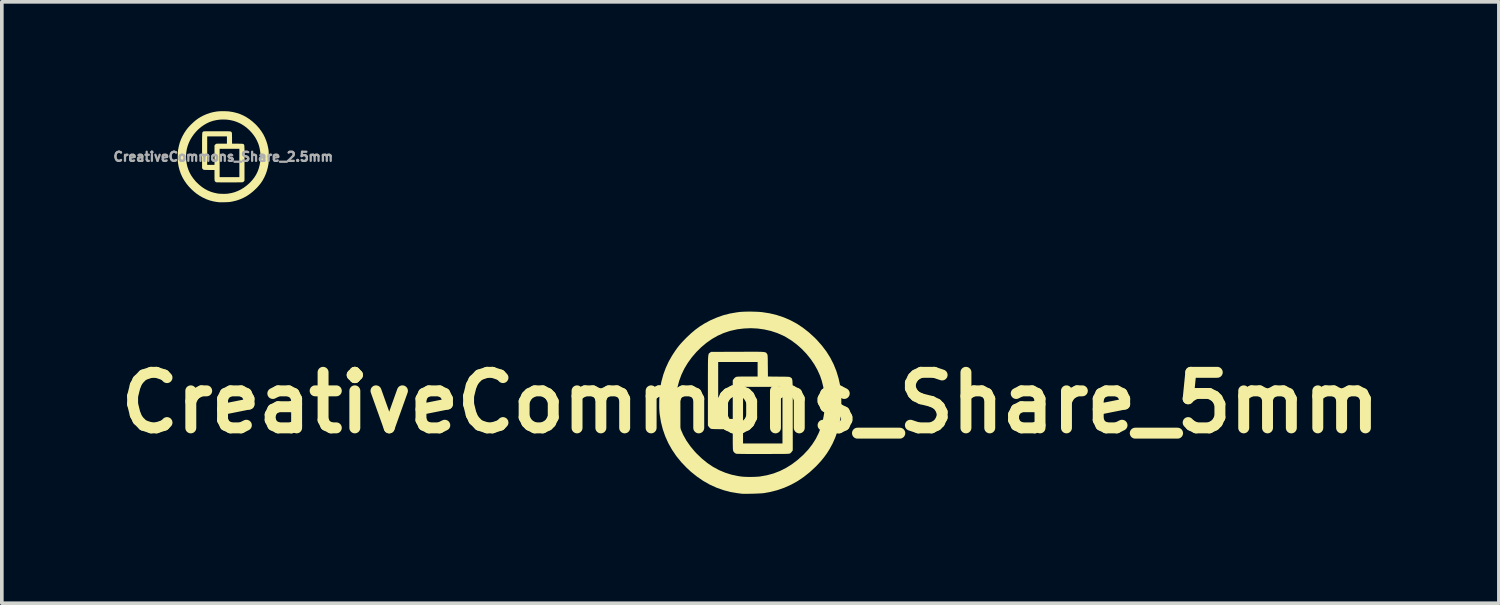
<source format=kicad_pcb>
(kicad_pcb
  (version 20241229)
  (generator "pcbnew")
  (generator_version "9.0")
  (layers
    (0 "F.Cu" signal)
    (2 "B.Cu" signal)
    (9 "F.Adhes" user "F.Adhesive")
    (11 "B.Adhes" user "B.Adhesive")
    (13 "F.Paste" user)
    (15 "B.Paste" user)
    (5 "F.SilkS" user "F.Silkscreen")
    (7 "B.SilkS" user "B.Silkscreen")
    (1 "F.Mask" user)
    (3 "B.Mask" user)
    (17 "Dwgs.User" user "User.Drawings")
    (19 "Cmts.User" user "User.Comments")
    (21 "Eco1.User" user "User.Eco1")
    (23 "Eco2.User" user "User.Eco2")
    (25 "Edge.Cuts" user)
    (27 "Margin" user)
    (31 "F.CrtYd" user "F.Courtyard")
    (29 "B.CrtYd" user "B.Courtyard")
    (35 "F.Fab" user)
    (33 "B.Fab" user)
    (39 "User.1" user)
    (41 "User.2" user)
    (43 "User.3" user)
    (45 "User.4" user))
  (footprint "CreativeCommons_Share_5mm"
    (layer "F.Cu")
    (at 17.533 7.998)
    (property "Reference" "CreativeCommons_Share_5mm" (at 0 0 0) (layer "F.SilkS") (effects (font (size 1.524 1.524) (thickness 0.3))))
    (attr board_only exclude_from_pos_files exclude_from_bom)
    (fp_poly (pts (xy 0.094 -1.399) (xy 0.169 -1.399) (xy 0.232 -1.398) (xy 0.284 -1.397) (xy 0.326 -1.395) (xy 0.359 -1.392) (xy 0.385 -1.389) (xy 0.405 -1.385) (xy 0.419 -1.38) (xy 0.43 -1.374) (xy 0.439 -1.367) (xy 0.445 -1.359) (xy 0.452 -1.349) (xy 0.457 -1.342) (xy 0.463 -1.334) (xy 0.467 -1.325) (xy 0.471 -1.313) (xy 0.473 -1.297) (xy 0.475 -1.274) (xy 0.477 -1.242) (xy 0.478 -1.199) (xy 0.479 -1.144) (xy 0.479 -1.073) (xy 0.48 -1.016) (xy 0.483 -0.719) (xy 0.78 -0.716) (xy 0.861 -0.716) (xy 0.927 -0.715) (xy 0.978 -0.714) (xy 1.017 -0.713) (xy 1.045 -0.711) (xy 1.066 -0.709) (xy 1.081 -0.706) (xy 1.092 -0.702) (xy 1.1 -0.697) (xy 1.106 -0.693) (xy 1.115 -0.687) (xy 1.123 -0.682) (xy 1.13 -0.676) (xy 1.136 -0.669) (xy 1.142 -0.659) (xy 1.146 -0.646) (xy 1.15 -0.629) (xy 1.154 -0.606) (xy 1.156 -0.576) (xy 1.158 -0.539) (xy 1.16 -0.494) (xy 1.161 -0.438) (xy 1.162 -0.372) (xy 1.163 -0.295) (xy 1.163 -0.204) (xy 1.164 -0.1) (xy 1.164 0.019) (xy 1.164 0.154) (xy 1.164 0.306) (xy 1.164 0.348) (xy 1.164 1.306) (xy 1.143 1.336) (xy 1.122 1.362) (xy 1.099 1.384) (xy 1.097 1.386) (xy 1.092 1.389) (xy 1.086 1.392) (xy 1.079 1.395) (xy 1.068 1.397) (xy 1.053 1.399) (xy 1.032 1.4) (xy 1.005 1.402) (xy 0.969 1.403) (xy 0.924 1.404) (xy 0.869 1.404) (xy 0.802 1.405) (xy 0.721 1.405) (xy 0.627 1.405) (xy 0.517 1.406) (xy 0.391 1.406) (xy 0.356 1.406) (xy 0.243 1.406) (xy 0.135 1.406) (xy 0.033 1.406) (xy -0.061 1.406) (xy -0.146 1.405) (xy -0.221 1.404) (xy -0.283 1.403) (xy -0.332 1.402) (xy -0.366 1.401) (xy -0.384 1.4) (xy -0.385 1.4) (xy -0.411 1.388) (xy -0.434 1.371) (xy -0.447 1.358) (xy -0.457 1.346) (xy -0.465 1.332) (xy -0.471 1.315) (xy -0.476 1.291) (xy -0.479 1.26) (xy -0.48 1.218) (xy -0.481 1.164) (xy -0.482 1.118) (xy -0.2 1.118) (xy 0.882 1.118) (xy 0.882 -0.436) (xy -0.2 -0.436) (xy -0.2 1.118) (xy -0.482 1.118) (xy -0.482 1.097) (xy -0.482 1.015) (xy -0.482 0.729) (xy -0.777 0.726) (xy -0.858 0.725) (xy -0.923 0.724) (xy -0.974 0.723) (xy -1.012 0.722) (xy -1.041 0.72) (xy -1.061 0.718) (xy -1.076 0.715) (xy -1.086 0.711) (xy -1.094 0.706) (xy -1.097 0.704) (xy -1.12 0.683) (xy -1.141 0.657) (xy -1.143 0.655) (xy -1.164 0.625) (xy -1.164 0.445) (xy -0.882 0.445) (xy -0.482 0.445) (xy -0.482 -0.615) (xy -0.461 -0.646) (xy -0.439 -0.673) (xy -0.412 -0.696) (xy -0.41 -0.698) (xy -0.401 -0.703) (xy -0.392 -0.708) (xy -0.38 -0.711) (xy -0.364 -0.714) (xy -0.341 -0.716) (xy -0.31 -0.717) (xy -0.268 -0.718) (xy -0.213 -0.718) (xy -0.144 -0.718) (xy -0.09 -0.718) (xy 0.2 -0.718) (xy 0.2 -1.118) (xy -0.882 -1.118) (xy -0.882 0.445) (xy -1.164 0.445) (xy -1.164 -0.334) (xy -1.164 -0.49) (xy -1.164 -0.63) (xy -1.164 -0.753) (xy -1.163 -0.86) (xy -1.163 -0.954) (xy -1.163 -1.035) (xy -1.162 -1.104) (xy -1.161 -1.162) (xy -1.159 -1.21) (xy -1.157 -1.249) (xy -1.154 -1.281) (xy -1.151 -1.305) (xy -1.147 -1.324) (xy -1.143 -1.338) (xy -1.138 -1.349) (xy -1.132 -1.356) (xy -1.125 -1.362) (xy -1.117 -1.368) (xy -1.108 -1.373) (xy -1.106 -1.375) (xy -1.077 -1.395) (xy -0.352 -1.398) (xy -0.216 -1.398) (xy -0.097 -1.399) (xy 0.006 -1.399)) (stroke (width 0) (type solid)) (fill yes) (layer "F.SilkS"))
    (fp_poly (pts (xy 0.017 -2.5) (xy 0.104 -2.498) (xy 0.186 -2.495) (xy 0.259 -2.491) (xy 0.318 -2.486) (xy 0.526 -2.454) (xy 0.725 -2.406) (xy 0.915 -2.343) (xy 1.098 -2.264) (xy 1.275 -2.169) (xy 1.444 -2.057) (xy 1.609 -1.928) (xy 1.768 -1.782) (xy 1.824 -1.725) (xy 1.963 -1.568) (xy 2.087 -1.405) (xy 2.194 -1.234) (xy 2.285 -1.055) (xy 2.361 -0.867) (xy 2.421 -0.669) (xy 2.467 -0.461) (xy 2.484 -0.359) (xy 2.488 -0.314) (xy 2.492 -0.255) (xy 2.494 -0.183) (xy 2.496 -0.104) (xy 2.496 -0.02) (xy 2.496 0.065) (xy 2.494 0.149) (xy 2.492 0.227) (xy 2.488 0.296) (xy 2.484 0.354) (xy 2.479 0.391) (xy 2.441 0.59) (xy 2.392 0.776) (xy 2.331 0.951) (xy 2.257 1.119) (xy 2.174 1.271) (xy 2.104 1.383) (xy 2.028 1.488) (xy 1.945 1.591) (xy 1.85 1.695) (xy 1.792 1.755) (xy 1.631 1.904) (xy 1.465 2.036) (xy 1.293 2.152) (xy 1.114 2.25) (xy 0.928 2.333) (xy 0.734 2.4) (xy 0.531 2.451) (xy 0.38 2.478) (xy 0.349 2.482) (xy 0.305 2.485) (xy 0.25 2.488) (xy 0.186 2.491) (xy 0.118 2.494) (xy 0.048 2.496) (xy -0.021 2.497) (xy -0.087 2.498) (xy -0.145 2.498) (xy -0.193 2.498) (xy -0.229 2.496) (xy -0.245 2.495) (xy -0.265 2.492) (xy -0.296 2.488) (xy -0.335 2.483) (xy -0.35 2.481) (xy -0.547 2.448) (xy -0.74 2.397) (xy -0.93 2.329) (xy -1.114 2.245) (xy -1.293 2.143) (xy -1.465 2.025) (xy -1.631 1.892) (xy -1.744 1.787) (xy -1.896 1.628) (xy -2.031 1.462) (xy -2.148 1.289) (xy -2.249 1.11) (xy -2.333 0.924) (xy -2.4 0.732) (xy -2.451 0.532) (xy -2.485 0.325) (xy -2.491 0.27) (xy -2.495 0.217) (xy -2.498 0.15) (xy -2.499 0.075) (xy -2.498 -0.007) (xy -2.498 -0.043) (xy -2.044 -0.043) (xy -2.039 0.144) (xy -2.037 0.168) (xy -2.012 0.358) (xy -1.972 0.54) (xy -1.915 0.714) (xy -1.842 0.881) (xy -1.752 1.041) (xy -1.645 1.194) (xy -1.521 1.343) (xy -1.474 1.393) (xy -1.329 1.532) (xy -1.179 1.654) (xy -1.024 1.758) (xy -0.862 1.846) (xy -0.694 1.917) (xy -0.518 1.973) (xy -0.334 2.012) (xy -0.266 2.022) (xy -0.205 2.029) (xy -0.132 2.033) (xy -0.05 2.035) (xy 0.035 2.035) (xy 0.118 2.033) (xy 0.195 2.029) (xy 0.26 2.024) (xy 0.27 2.022) (xy 0.457 1.989) (xy 0.637 1.94) (xy 0.811 1.873) (xy 0.978 1.789) (xy 1.14 1.688) (xy 1.296 1.57) (xy 1.447 1.435) (xy 1.464 1.418) (xy 1.591 1.282) (xy 1.7 1.141) (xy 1.794 0.994) (xy 1.872 0.839) (xy 1.936 0.676) (xy 1.94 0.664) (xy 1.989 0.488) (xy 2.022 0.307) (xy 2.041 0.123) (xy 2.043 -0.063) (xy 2.031 -0.247) (xy 2.003 -0.427) (xy 1.96 -0.602) (xy 1.913 -0.74) (xy 1.842 -0.898) (xy 1.755 -1.053) (xy 1.653 -1.202) (xy 1.538 -1.344) (xy 1.412 -1.476) (xy 1.275 -1.597) (xy 1.13 -1.706) (xy 0.978 -1.8) (xy 0.905 -1.839) (xy 0.738 -1.912) (xy 0.564 -1.969) (xy 0.384 -2.01) (xy 0.2 -2.036) (xy 0.013 -2.045) (xy -0.174 -2.037) (xy -0.361 -2.014) (xy -0.545 -1.973) (xy -0.567 -1.967) (xy -0.734 -1.911) (xy -0.897 -1.838) (xy -1.054 -1.748) (xy -1.204 -1.643) (xy -1.347 -1.523) (xy -1.482 -1.389) (xy -1.608 -1.242) (xy -1.715 -1.094) (xy -1.811 -0.935) (xy -1.891 -0.767) (xy -1.954 -0.593) (xy -2.001 -0.413) (xy -2.031 -0.23) (xy -2.044 -0.043) (xy -2.498 -0.043) (xy -2.497 -0.09) (xy -2.494 -0.171) (xy -2.491 -0.247) (xy -2.486 -0.314) (xy -2.481 -0.367) (xy -2.478 -0.385) (xy -2.438 -0.586) (xy -2.386 -0.775) (xy -2.32 -0.955) (xy -2.241 -1.127) (xy -2.146 -1.294) (xy -2.1 -1.365) (xy -2.05 -1.44) (xy -2.003 -1.505) (xy -1.956 -1.565) (xy -1.906 -1.624) (xy -1.85 -1.685) (xy -1.785 -1.752) (xy -1.751 -1.787) (xy -1.628 -1.903) (xy -1.508 -2.004) (xy -1.385 -2.094) (xy -1.257 -2.174) (xy -1.119 -2.249) (xy -1.086 -2.265) (xy -0.913 -2.34) (xy -0.74 -2.401) (xy -0.561 -2.447) (xy -0.375 -2.479) (xy -0.282 -2.491) (xy -0.223 -2.495) (xy -0.151 -2.498) (xy -0.069 -2.5)) (stroke (width 0) (type solid)) (fill yes) (layer "F.SilkS")))
  (footprint "CreativeCommons_Share_2.5mm"
    (layer "F.Cu")
    (at 3.075 1.25)
    (property "Reference" "CreativeCommons_Share_2.5mm" (at 0 0 0) (layer "F.Fab") (effects (font (size 0.25 0.25) (thickness 0.3))))
    (attr board_only exclude_from_pos_files exclude_from_bom)
    (fp_poly (pts (xy 0.047 -0.699) (xy 0.085 -0.699) (xy 0.116 -0.699) (xy 0.142 -0.698) (xy 0.163 -0.697) (xy 0.179 -0.696) (xy 0.192 -0.694) (xy 0.202 -0.692) (xy 0.21 -0.69) (xy 0.215 -0.687) (xy 0.219 -0.683) (xy 0.223 -0.679) (xy 0.226 -0.675) (xy 0.228 -0.671) (xy 0.231 -0.667) (xy 0.234 -0.662) (xy 0.235 -0.657) (xy 0.237 -0.648) (xy 0.238 -0.637) (xy 0.238 -0.621) (xy 0.239 -0.6) (xy 0.239 -0.572) (xy 0.24 -0.537) (xy 0.24 -0.508) (xy 0.241 -0.359) (xy 0.39 -0.358) (xy 0.431 -0.358) (xy 0.463 -0.357) (xy 0.489 -0.357) (xy 0.508 -0.356) (xy 0.523 -0.355) (xy 0.533 -0.354) (xy 0.54 -0.353) (xy 0.546 -0.351) (xy 0.55 -0.349) (xy 0.553 -0.347) (xy 0.557 -0.344) (xy 0.561 -0.341) (xy 0.565 -0.338) (xy 0.568 -0.334) (xy 0.571 -0.33) (xy 0.573 -0.323) (xy 0.575 -0.314) (xy 0.577 -0.303) (xy 0.578 -0.288) (xy 0.579 -0.27) (xy 0.58 -0.247) (xy 0.581 -0.219) (xy 0.581 -0.186) (xy 0.582 -0.147) (xy 0.582 -0.102) (xy 0.582 -0.05) (xy 0.582 0.01) (xy 0.582 0.077) (xy 0.582 0.153) (xy 0.582 0.174) (xy 0.582 0.653) (xy 0.572 0.668) (xy 0.561 0.681) (xy 0.55 0.692) (xy 0.549 0.693) (xy 0.546 0.695) (xy 0.543 0.696) (xy 0.539 0.697) (xy 0.534 0.698) (xy 0.526 0.699) (xy 0.516 0.7) (xy 0.502 0.701) (xy 0.485 0.701) (xy 0.462 0.702) (xy 0.434 0.702) (xy 0.401 0.702) (xy 0.361 0.703) (xy 0.314 0.703) (xy 0.259 0.703) (xy 0.195 0.703) (xy 0.178 0.703) (xy 0.122 0.703) (xy 0.067 0.703) (xy 0.017 0.703) (xy -0.031 0.703) (xy -0.073 0.703) (xy -0.11 0.702) (xy -0.142 0.702) (xy -0.166 0.701) (xy -0.183 0.701) (xy -0.192 0.7) (xy -0.193 0.7) (xy -0.206 0.694) (xy -0.217 0.685) (xy -0.223 0.679) (xy -0.229 0.673) (xy -0.233 0.666) (xy -0.236 0.657) (xy -0.238 0.646) (xy -0.239 0.63) (xy -0.24 0.609) (xy -0.241 0.582) (xy -0.241 0.559) (xy -0.1 0.559) (xy 0.441 0.559) (xy 0.441 -0.218) (xy -0.1 -0.218) (xy -0.1 0.559) (xy -0.241 0.559) (xy -0.241 0.548) (xy -0.241 0.507) (xy -0.241 0.364) (xy -0.388 0.363) (xy -0.429 0.362) (xy -0.461 0.362) (xy -0.487 0.361) (xy -0.506 0.361) (xy -0.52 0.36) (xy -0.531 0.359) (xy -0.538 0.357) (xy -0.543 0.355) (xy -0.547 0.353) (xy -0.549 0.352) (xy -0.56 0.341) (xy -0.571 0.329) (xy -0.572 0.327) (xy -0.582 0.312) (xy -0.582 0.223) (xy -0.441 0.223) (xy -0.241 0.223) (xy -0.241 -0.308) (xy -0.231 -0.323) (xy -0.219 -0.336) (xy -0.206 -0.348) (xy -0.205 -0.349) (xy -0.2 -0.352) (xy -0.196 -0.354) (xy -0.19 -0.356) (xy -0.182 -0.357) (xy -0.171 -0.358) (xy -0.155 -0.358) (xy -0.134 -0.359) (xy -0.107 -0.359) (xy -0.072 -0.359) (xy -0.045 -0.359) (xy 0.1 -0.359) (xy 0.1 -0.559) (xy -0.441 -0.559) (xy -0.441 0.223) (xy -0.582 0.223) (xy -0.582 -0.167) (xy -0.582 -0.245) (xy -0.582 -0.315) (xy -0.582 -0.376) (xy -0.582 -0.43) (xy -0.582 -0.477) (xy -0.581 -0.518) (xy -0.581 -0.552) (xy -0.58 -0.581) (xy -0.579 -0.605) (xy -0.578 -0.625) (xy -0.577 -0.64) (xy -0.576 -0.653) (xy -0.574 -0.662) (xy -0.571 -0.669) (xy -0.569 -0.674) (xy -0.566 -0.678) (xy -0.562 -0.681) (xy -0.558 -0.684) (xy -0.554 -0.687) (xy -0.553 -0.688) (xy -0.539 -0.698) (xy -0.176 -0.699) (xy -0.108 -0.699) (xy -0.049 -0.699) (xy 0.003 -0.699)) (stroke (width 0) (type solid)) (fill yes) (layer "F.SilkS"))
    (fp_poly (pts (xy 0.009 -1.25) (xy 0.052 -1.249) (xy 0.093 -1.248) (xy 0.13 -1.246) (xy 0.159 -1.243) (xy 0.263 -1.227) (xy 0.362 -1.203) (xy 0.458 -1.172) (xy 0.549 -1.132) (xy 0.637 -1.084) (xy 0.722 -1.028) (xy 0.804 -0.964) (xy 0.884 -0.891) (xy 0.912 -0.863) (xy 0.982 -0.784) (xy 1.043 -0.702) (xy 1.097 -0.617) (xy 1.142 -0.527) (xy 1.18 -0.433) (xy 1.211 -0.335) (xy 1.234 -0.231) (xy 1.242 -0.18) (xy 1.244 -0.157) (xy 1.246 -0.127) (xy 1.247 -0.092) (xy 1.248 -0.052) (xy 1.248 -0.01) (xy 1.248 0.033) (xy 1.247 0.074) (xy 1.246 0.113) (xy 1.244 0.148) (xy 1.242 0.177) (xy 1.24 0.195) (xy 1.221 0.295) (xy 1.196 0.388) (xy 1.165 0.476) (xy 1.128 0.56) (xy 1.087 0.636) (xy 1.052 0.692) (xy 1.014 0.744) (xy 0.972 0.795) (xy 0.925 0.848) (xy 0.896 0.877) (xy 0.815 0.952) (xy 0.732 1.018) (xy 0.646 1.076) (xy 0.557 1.125) (xy 0.464 1.166) (xy 0.367 1.2) (xy 0.265 1.225) (xy 0.19 1.239) (xy 0.175 1.241) (xy 0.153 1.243) (xy 0.125 1.244) (xy 0.093 1.246) (xy 0.059 1.247) (xy 0.024 1.248) (xy -0.011 1.249) (xy -0.043 1.249) (xy -0.072 1.249) (xy -0.097 1.249) (xy -0.114 1.248) (xy -0.123 1.247) (xy -0.132 1.246) (xy -0.148 1.244) (xy -0.167 1.241) (xy -0.175 1.241) (xy -0.273 1.224) (xy -0.37 1.199) (xy -0.465 1.165) (xy -0.557 1.122) (xy -0.646 1.072) (xy -0.733 1.013) (xy -0.815 0.946) (xy -0.872 0.893) (xy -0.948 0.814) (xy -1.015 0.731) (xy -1.074 0.645) (xy -1.125 0.555) (xy -1.167 0.462) (xy -1.2 0.366) (xy -1.226 0.266) (xy -1.243 0.162) (xy -1.246 0.135) (xy -1.248 0.108) (xy -1.249 0.075) (xy -1.249 0.037) (xy -1.249 -0.003) (xy -1.249 -0.022) (xy -1.022 -0.022) (xy -1.019 0.072) (xy -1.018 0.084) (xy -1.006 0.179) (xy -0.986 0.27) (xy -0.957 0.357) (xy -0.921 0.44) (xy -0.876 0.52) (xy -0.822 0.597) (xy -0.761 0.671) (xy -0.737 0.697) (xy -0.664 0.766) (xy -0.59 0.827) (xy -0.512 0.879) (xy -0.431 0.923) (xy -0.347 0.959) (xy -0.259 0.986) (xy -0.167 1.006) (xy -0.133 1.011) (xy -0.103 1.014) (xy -0.066 1.016) (xy -0.025 1.017) (xy 0.017 1.018) (xy 0.059 1.017) (xy 0.098 1.015) (xy 0.13 1.012) (xy 0.135 1.011) (xy 0.228 0.995) (xy 0.318 0.97) (xy 0.405 0.936) (xy 0.489 0.894) (xy 0.57 0.844) (xy 0.648 0.785) (xy 0.724 0.717) (xy 0.732 0.709) (xy 0.795 0.641) (xy 0.85 0.57) (xy 0.897 0.497) (xy 0.936 0.42) (xy 0.968 0.338) (xy 0.97 0.332) (xy 0.994 0.244) (xy 1.011 0.154) (xy 1.02 0.061) (xy 1.022 -0.031) (xy 1.015 -0.123) (xy 1.001 -0.214) (xy 0.98 -0.301) (xy 0.956 -0.37) (xy 0.921 -0.449) (xy 0.878 -0.527) (xy 0.827 -0.601) (xy 0.769 -0.672) (xy 0.706 -0.738) (xy 0.638 -0.799) (xy 0.565 -0.853) (xy 0.489 -0.9) (xy 0.452 -0.919) (xy 0.369 -0.956) (xy 0.282 -0.985) (xy 0.192 -1.005) (xy 0.1 -1.018) (xy 0.007 -1.022) (xy -0.087 -1.019) (xy -0.18 -1.007) (xy -0.273 -0.987) (xy -0.284 -0.984) (xy -0.367 -0.956) (xy -0.448 -0.919) (xy -0.527 -0.874) (xy -0.602 -0.822) (xy -0.674 -0.762) (xy -0.741 -0.695) (xy -0.804 -0.621) (xy -0.857 -0.547) (xy -0.905 -0.467) (xy -0.945 -0.383) (xy -0.977 -0.296) (xy -1.001 -0.207) (xy -1.016 -0.115) (xy -1.022 -0.022) (xy -1.249 -0.022) (xy -1.248 -0.045) (xy -1.247 -0.086) (xy -1.245 -0.123) (xy -1.243 -0.157) (xy -1.24 -0.184) (xy -1.239 -0.193) (xy -1.219 -0.293) (xy -1.193 -0.388) (xy -1.16 -0.477) (xy -1.12 -0.564) (xy -1.073 -0.647) (xy -1.05 -0.683) (xy -1.025 -0.72) (xy -1.001 -0.753) (xy -0.978 -0.783) (xy -0.953 -0.812) (xy -0.925 -0.842) (xy -0.893 -0.876) (xy -0.875 -0.893) (xy -0.814 -0.951) (xy -0.754 -1.002) (xy -0.693 -1.047) (xy -0.628 -1.087) (xy -0.559 -1.124) (xy -0.543 -1.132) (xy -0.457 -1.17) (xy -0.37 -1.2) (xy -0.281 -1.223) (xy -0.187 -1.24) (xy -0.141 -1.245) (xy -0.112 -1.248) (xy -0.075 -1.249) (xy -0.035 -1.25)) (stroke (width 0) (type solid)) (fill yes) (layer "F.SilkS")))
  (gr_rect
    (start -3 -3)
    (end 38.067 13.497)
    (stroke (width 0.1) (type default))
    (fill no)
    (layer "Edge.Cuts")))
</source>
